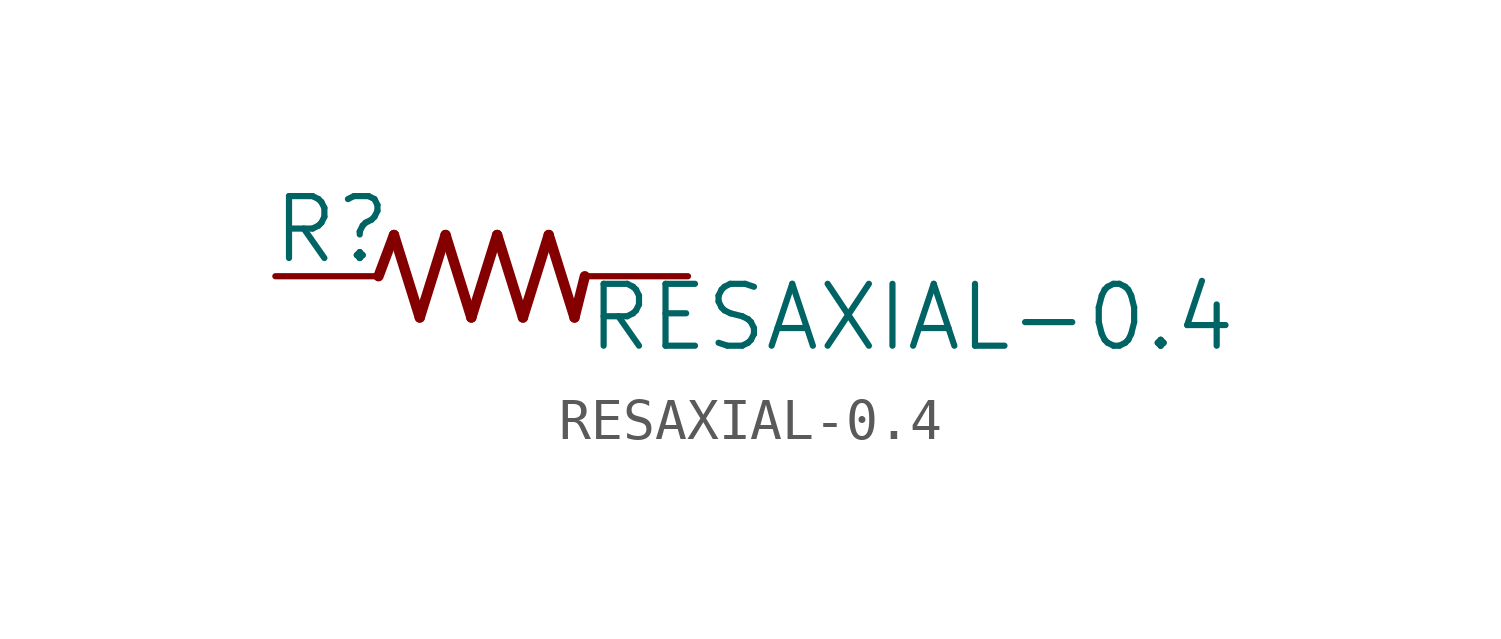
<source format=kicad_sym>
(kicad_symbol_lib
  (version 20211014)
  (generator kicad_symbol_editor)
  (symbol "RESAXIAL-0.4"
    (property "Reference" "R"
      (at -5.207 0.254 0)
      (effects (font (size 1.524 1.524)) (justify left bottom)))
    (property "Value" "RESAXIAL-0.4"
      (at 2.54 -1.905 0)
      (effects (font (size 1.524 1.524)) (justify left bottom)))
    (property "ki_locked" ""
      (at 0 0 0)
      (effects (font (size 1.27 1.27))))
    (symbol "RESAXIAL-0.4_1_0"
      (polyline (pts (xy -2.54 0) (xy -2.159 1.016)) (stroke (width 0.254) (type default) (color 0 0 0 0)) (fill (type none)))
      (polyline (pts (xy -2.159 1.016) (xy -1.524 -1.016)) (stroke (width 0.254) (type default) (color 0 0 0 0)) (fill (type none)))
      (polyline (pts (xy -1.524 -1.016) (xy -0.889 1.016)) (stroke (width 0.254) (type default) (color 0 0 0 0)) (fill (type none)))
      (polyline (pts (xy -0.889 1.016) (xy -0.254 -1.016)) (stroke (width 0.254) (type default) (color 0 0 0 0)) (fill (type none)))
      (polyline (pts (xy -0.254 -1.016) (xy 0.381 1.016)) (stroke (width 0.254) (type default) (color 0 0 0 0)) (fill (type none)))
      (polyline (pts (xy 0.381 1.016) (xy 1.016 -1.016)) (stroke (width 0.254) (type default) (color 0 0 0 0)) (fill (type none)))
      (polyline (pts (xy 1.016 -1.016) (xy 1.651 1.016)) (stroke (width 0.254) (type default) (color 0 0 0 0)) (fill (type none)))
      (polyline (pts (xy 1.651 1.016) (xy 2.286 -1.016)) (stroke (width 0.254) (type default) (color 0 0 0 0)) (fill (type none)))
      (polyline (pts (xy 2.286 -1.016) (xy 2.54 0)) (stroke (width 0.254) (type default) (color 0 0 0 0)) (fill (type none)))
      (pin passive line (at -5.08 0 0) (length 2.54) (name "1" (effects (font (size 0 0)))) (number "P$1" (effects (font (size 0 0)))))
      (pin passive line (at 5.08 0 180) (length 2.54) (name "2" (effects (font (size 0 0)))) (number "P$2" (effects (font (size 0 0))))))))
</source>
